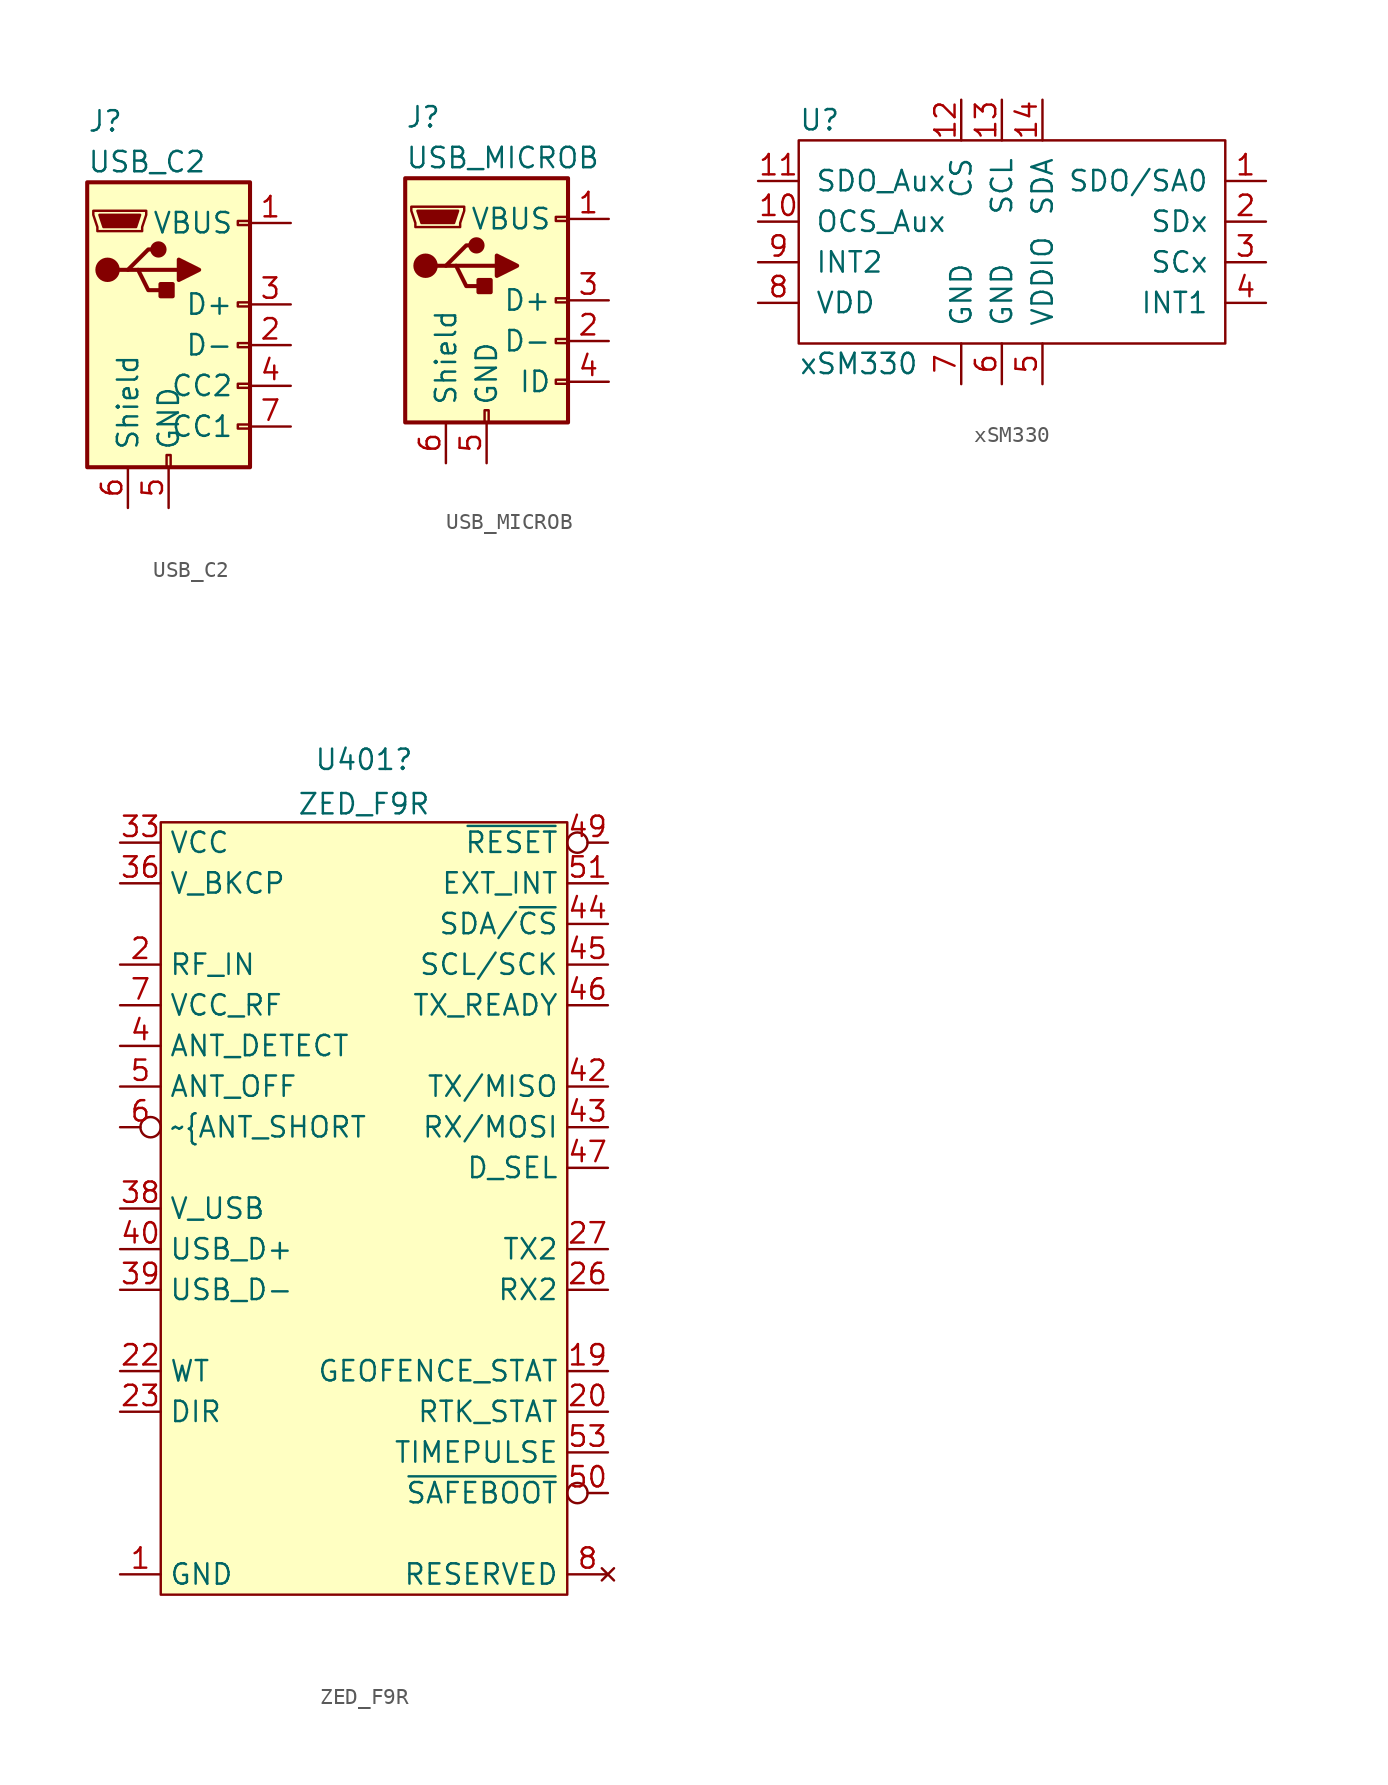
<source format=kicad_sym>
(kicad_symbol_lib
  (version 20211014)
  (generator kicad_symbol_editor)
  (symbol "USB_C2"
    (pin_names
      (offset 1.016))
    (property "Reference" "J"
      (at -5.08 11.43 0)
      (effects (font (size 1.27 1.27)) (justify left)))
    (property "Value" "USB_C2"
      (at -5.08 8.89 0)
      (effects (font (size 1.27 1.27)) (justify left)))
    (symbol "USB_C2_0_1"
      (rectangle (start -5.08 -10.16) (end 5.08 7.62) (stroke (width 0.254) (type default) (color 0 0 0 0)) (fill (type background)))
      (circle (center -3.81 2.159) (radius 0.635) (stroke (width 0.254) (type default) (color 0 0 0 0)) (fill (type outline)))
      (circle (center -0.635 3.429) (radius 0.381) (stroke (width 0.254) (type default) (color 0 0 0 0)) (fill (type outline)))
      (rectangle (start -0.127 -10.16) (end 0.127 -9.398) (stroke (width 0) (type default) (color 0 0 0 0)) (fill (type none)))
      (polyline (pts (xy -1.905 2.159) (xy 0.635 2.159)) (stroke (width 0.254) (type default) (color 0 0 0 0)) (fill (type none)))
      (polyline (pts (xy -3.175 2.159) (xy -2.54 2.159) (xy -1.27 3.429) (xy -0.635 3.429)) (stroke (width 0.254) (type default) (color 0 0 0 0)) (fill (type none)))
      (polyline (pts (xy -2.54 2.159) (xy -1.905 2.159) (xy -1.27 0.889) (xy 0 0.889)) (stroke (width 0.254) (type default) (color 0 0 0 0)) (fill (type none)))
      (polyline (pts (xy 0.635 2.794) (xy 0.635 1.524) (xy 1.905 2.159) (xy 0.635 2.794)) (stroke (width 0.254) (type default) (color 0 0 0 0)) (fill (type outline)))
      (polyline (pts (xy -4.318 5.588) (xy -1.778 5.588) (xy -2.032 4.826) (xy -4.064 4.826) (xy -4.318 5.588)) (stroke (width 0) (type default) (color 0 0 0 0)) (fill (type outline)))
      (polyline (pts (xy -4.699 5.842) (xy -4.699 5.588) (xy -4.445 4.826) (xy -4.445 4.572) (xy -1.651 4.572) (xy -1.651 4.826) (xy -1.397 5.588) (xy -1.397 5.842) (xy -4.699 5.842)) (stroke (width 0) (type default) (color 0 0 0 0)) (fill (type none)))
      (rectangle (start 0.254 1.27) (end -0.508 0.508) (stroke (width 0.254) (type default) (color 0 0 0 0)) (fill (type outline)))
      (rectangle (start 4.318 -7.493) (end 5.08 -7.747) (stroke (width 0) (type default) (color 0 0 0 0)) (fill (type none)))
      (rectangle (start 5.08 -5.207) (end 4.318 -4.953) (stroke (width 0) (type default) (color 0 0 0 0)) (fill (type none)))
      (rectangle (start 5.08 -2.667) (end 4.318 -2.413) (stroke (width 0) (type default) (color 0 0 0 0)) (fill (type none)))
      (rectangle (start 5.08 -0.127) (end 4.318 0.127) (stroke (width 0) (type default) (color 0 0 0 0)) (fill (type none)))
      (rectangle (start 5.08 4.953) (end 4.318 5.207) (stroke (width 0) (type default) (color 0 0 0 0)) (fill (type none))))
    (symbol "USB_C2_1_1"
      (pin power_out line (at 7.62 5.08 180) (length 2.54) (name "VBUS" (effects (font (size 1.27 1.27)))) (number "1" (effects (font (size 1.27 1.27)))))
      (pin passive line (at 7.62 -2.54 180) (length 2.54) (name "D-" (effects (font (size 1.27 1.27)))) (number "2" (effects (font (size 1.27 1.27)))))
      (pin passive line (at 7.62 0 180) (length 2.54) (name "D+" (effects (font (size 1.27 1.27)))) (number "3" (effects (font (size 1.27 1.27)))))
      (pin passive line (at 7.62 -5.08 180) (length 2.54) (name "CC2" (effects (font (size 1.27 1.27)))) (number "4" (effects (font (size 1.27 1.27)))))
      (pin power_out line (at 0 -12.7 90) (length 2.54) (name "GND" (effects (font (size 1.27 1.27)))) (number "5" (effects (font (size 1.27 1.27)))))
      (pin passive line (at -2.54 -12.7 90) (length 2.54) (name "Shield" (effects (font (size 1.27 1.27)))) (number "6" (effects (font (size 1.27 1.27)))))
      (pin passive line (at 7.62 -7.62 180) (length 2.54) (name "CC1" (effects (font (size 1.27 1.27)))) (number "7" (effects (font (size 1.27 1.27)))))))
  (symbol "USB_MICROB"
    (pin_names
      (offset 1.016))
    (property "Reference" "J"
      (at -5.08 11.43 0)
      (effects (font (size 1.27 1.27)) (justify left)))
    (property "Value" "USB_MICROB"
      (at -5.08 8.89 0)
      (effects (font (size 1.27 1.27)) (justify left)))
    (symbol "USB_MICROB_0_1"
      (rectangle (start -5.08 -7.62) (end 5.08 7.62) (stroke (width 0.254) (type default) (color 0 0 0 0)) (fill (type background)))
      (circle (center -3.81 2.159) (radius 0.635) (stroke (width 0.254) (type default) (color 0 0 0 0)) (fill (type outline)))
      (circle (center -0.635 3.429) (radius 0.381) (stroke (width 0.254) (type default) (color 0 0 0 0)) (fill (type outline)))
      (rectangle (start -0.127 -7.62) (end 0.127 -6.858) (stroke (width 0) (type default) (color 0 0 0 0)) (fill (type none)))
      (polyline (pts (xy -1.905 2.159) (xy 0.635 2.159)) (stroke (width 0.254) (type default) (color 0 0 0 0)) (fill (type none)))
      (polyline (pts (xy -3.175 2.159) (xy -2.54 2.159) (xy -1.27 3.429) (xy -0.635 3.429)) (stroke (width 0.254) (type default) (color 0 0 0 0)) (fill (type none)))
      (polyline (pts (xy -2.54 2.159) (xy -1.905 2.159) (xy -1.27 0.889) (xy 0 0.889)) (stroke (width 0.254) (type default) (color 0 0 0 0)) (fill (type none)))
      (polyline (pts (xy 0.635 2.794) (xy 0.635 1.524) (xy 1.905 2.159) (xy 0.635 2.794)) (stroke (width 0.254) (type default) (color 0 0 0 0)) (fill (type outline)))
      (polyline (pts (xy -4.318 5.588) (xy -1.778 5.588) (xy -2.032 4.826) (xy -4.064 4.826) (xy -4.318 5.588)) (stroke (width 0) (type default) (color 0 0 0 0)) (fill (type outline)))
      (polyline (pts (xy -4.699 5.842) (xy -4.699 5.588) (xy -4.445 4.826) (xy -4.445 4.572) (xy -1.651 4.572) (xy -1.651 4.826) (xy -1.397 5.588) (xy -1.397 5.842) (xy -4.699 5.842)) (stroke (width 0) (type default) (color 0 0 0 0)) (fill (type none)))
      (rectangle (start 0.254 1.27) (end -0.508 0.508) (stroke (width 0.254) (type default) (color 0 0 0 0)) (fill (type outline)))
      (rectangle (start 5.08 -5.207) (end 4.318 -4.953) (stroke (width 0) (type default) (color 0 0 0 0)) (fill (type none)))
      (rectangle (start 5.08 -2.667) (end 4.318 -2.413) (stroke (width 0) (type default) (color 0 0 0 0)) (fill (type none)))
      (rectangle (start 5.08 -0.127) (end 4.318 0.127) (stroke (width 0) (type default) (color 0 0 0 0)) (fill (type none)))
      (rectangle (start 5.08 4.953) (end 4.318 5.207) (stroke (width 0) (type default) (color 0 0 0 0)) (fill (type none))))
    (symbol "USB_MICROB_1_1"
      (pin power_out line (at 7.62 5.08 180) (length 2.54) (name "VBUS" (effects (font (size 1.27 1.27)))) (number "1" (effects (font (size 1.27 1.27)))))
      (pin passive line (at 7.62 -2.54 180) (length 2.54) (name "D-" (effects (font (size 1.27 1.27)))) (number "2" (effects (font (size 1.27 1.27)))))
      (pin passive line (at 7.62 0 180) (length 2.54) (name "D+" (effects (font (size 1.27 1.27)))) (number "3" (effects (font (size 1.27 1.27)))))
      (pin passive line (at 7.62 -5.08 180) (length 2.54) (name "ID" (effects (font (size 1.27 1.27)))) (number "4" (effects (font (size 1.27 1.27)))))
      (pin power_out line (at 0 -10.16 90) (length 2.54) (name "GND" (effects (font (size 1.27 1.27)))) (number "5" (effects (font (size 1.27 1.27)))))
      (pin passive line (at -2.54 -10.16 90) (length 2.54) (name "Shield" (effects (font (size 1.27 1.27)))) (number "6" (effects (font (size 1.27 1.27)))))))
  (symbol "xSM330"
    (pin_names
      (offset 1.016))
    (property "Reference" "U"
      (at -12.7 6.35 0)
      (effects (font (size 1.27 1.27)) (justify left)))
    (property "Value" "xSM330"
      (at -12.7 -8.89 0)
      (effects (font (size 1.27 1.27)) (justify left)))
    (symbol "xSM330_0_0"
      (rectangle (start -12.7 5.08) (end 13.97 -7.62) (stroke (width 0) (type default) (color 0 0 0 0)) (fill (type none))))
    (symbol "xSM330_1_1"
      (pin bidirectional line (at 16.51 2.54 180) (length 2.54) (name "SDO/SA0" (effects (font (size 1.27 1.27)))) (number "1" (effects (font (size 1.27 1.27)))))
      (pin output line (at -15.24 0 0) (length 2.54) (name "OCS_Aux" (effects (font (size 1.27 1.27)))) (number "10" (effects (font (size 1.27 1.27)))))
      (pin output line (at -15.24 2.54 0) (length 2.54) (name "SDO_Aux" (effects (font (size 1.27 1.27)))) (number "11" (effects (font (size 1.27 1.27)))))
      (pin input line (at -2.54 7.62 270) (length 2.54) (name "CS" (effects (font (size 1.27 1.27)))) (number "12" (effects (font (size 1.27 1.27)))))
      (pin open_collector line (at 0 7.62 270) (length 2.54) (name "SCL" (effects (font (size 1.27 1.27)))) (number "13" (effects (font (size 1.27 1.27)))))
      (pin open_collector line (at 2.54 7.62 270) (length 2.54) (name "SDA" (effects (font (size 1.27 1.27)))) (number "14" (effects (font (size 1.27 1.27)))))
      (pin bidirectional line (at 16.51 0 180) (length 2.54) (name "SDx" (effects (font (size 1.27 1.27)))) (number "2" (effects (font (size 1.27 1.27)))))
      (pin bidirectional line (at 16.51 -2.54 180) (length 2.54) (name "SCx" (effects (font (size 1.27 1.27)))) (number "3" (effects (font (size 1.27 1.27)))))
      (pin output line (at 16.51 -5.08 180) (length 2.54) (name "INT1" (effects (font (size 1.27 1.27)))) (number "4" (effects (font (size 1.27 1.27)))))
      (pin power_in line (at 2.54 -10.16 90) (length 2.54) (name "VDDIO" (effects (font (size 1.27 1.27)))) (number "5" (effects (font (size 1.27 1.27)))))
      (pin power_in line (at 0 -10.16 90) (length 2.54) (name "GND" (effects (font (size 1.27 1.27)))) (number "6" (effects (font (size 1.27 1.27)))))
      (pin power_in line (at -2.54 -10.16 90) (length 2.54) (name "GND" (effects (font (size 1.27 1.27)))) (number "7" (effects (font (size 1.27 1.27)))))
      (pin power_in line (at -15.24 -5.08 0) (length 2.54) (name "VDD" (effects (font (size 1.27 1.27)))) (number "8" (effects (font (size 1.27 1.27)))))
      (pin output line (at -15.24 -2.54 0) (length 2.54) (name "INT2" (effects (font (size 1.27 1.27)))) (number "9" (effects (font (size 1.27 1.27)))))))
  (symbol "ZED_F9R"
    (property "Reference" "U401"
      (at 0 17.886 0)
      (effects (font (size 1.27 1.27))))
    (property "Value" "ZED_F9R"
      (at 0 15.111 0)
      (effects (font (size 1.27 1.27))))
    (symbol "ZED_F9R_0_1"
      (rectangle (start -12.7 13.97) (end 12.7 -34.29) (stroke (width 0.152) (type default) (color 0 0 0 0)) (fill (type background))))
    (symbol "ZED_F9R_1_1"
      (pin passive line (at -15.24 -33.02 0) (length 2.54) (name "GND" (effects (font (size 1.27 1.27)))) (number "1" (effects (font (size 1.27 1.27)))))
      (pin no_connect line (at 15.24 -33.02 180) (length 2.54) hide (name "RESERVED" (effects (font (size 1.27 1.27)))) (number "10" (effects (font (size 1.27 1.27)))))
      (pin no_connect line (at 15.24 -33.02 180) (length 2.54) hide (name "RESERVED" (effects (font (size 1.27 1.27)))) (number "11" (effects (font (size 1.27 1.27)))))
      (pin passive line (at -15.24 -33.02 0) (length 2.54) hide (name "GND" (effects (font (size 1.27 1.27)))) (number "12" (effects (font (size 1.27 1.27)))))
      (pin no_connect line (at 15.24 -33.02 180) (length 2.54) hide (name "RESERVED" (effects (font (size 1.27 1.27)))) (number "13" (effects (font (size 1.27 1.27)))))
      (pin passive line (at -15.24 -33.02 0) (length 2.54) hide (name "GND" (effects (font (size 1.27 1.27)))) (number "14" (effects (font (size 1.27 1.27)))))
      (pin no_connect line (at 15.24 -33.02 180) (length 2.54) hide (name "RESERVED" (effects (font (size 1.27 1.27)))) (number "15" (effects (font (size 1.27 1.27)))))
      (pin no_connect line (at 15.24 -33.02 180) (length 2.54) hide (name "RESERVED" (effects (font (size 1.27 1.27)))) (number "16" (effects (font (size 1.27 1.27)))))
      (pin no_connect line (at 15.24 -33.02 180) (length 2.54) hide (name "RESERVED" (effects (font (size 1.27 1.27)))) (number "17" (effects (font (size 1.27 1.27)))))
      (pin no_connect line (at 15.24 -33.02 180) (length 2.54) hide (name "RESERVED" (effects (font (size 1.27 1.27)))) (number "18" (effects (font (size 1.27 1.27)))))
      (pin output line (at 15.24 -20.32 180) (length 2.54) (name "GEOFENCE_STAT" (effects (font (size 1.27 1.27)))) (number "19" (effects (font (size 1.27 1.27)))))
      (pin input line (at -15.24 5.08 0) (length 2.54) (name "RF_IN" (effects (font (size 1.27 1.27)))) (number "2" (effects (font (size 1.27 1.27)))))
      (pin output line (at 15.24 -22.86 180) (length 2.54) (name "RTK_STAT" (effects (font (size 1.27 1.27)))) (number "20" (effects (font (size 1.27 1.27)))))
      (pin no_connect line (at 15.24 -33.02 180) (length 2.54) hide (name "RESERVED" (effects (font (size 1.27 1.27)))) (number "21" (effects (font (size 1.27 1.27)))))
      (pin input line (at -15.24 -20.32 0) (length 2.54) (name "WT" (effects (font (size 1.27 1.27)))) (number "22" (effects (font (size 1.27 1.27)))))
      (pin input line (at -15.24 -22.86 0) (length 2.54) (name "DIR" (effects (font (size 1.27 1.27)))) (number "23" (effects (font (size 1.27 1.27)))))
      (pin no_connect line (at 15.24 -33.02 180) (length 2.54) hide (name "RESERVED" (effects (font (size 1.27 1.27)))) (number "24" (effects (font (size 1.27 1.27)))))
      (pin no_connect line (at 15.24 -33.02 180) (length 2.54) hide (name "RESERVED" (effects (font (size 1.27 1.27)))) (number "25" (effects (font (size 1.27 1.27)))))
      (pin input line (at 15.24 -15.24 180) (length 2.54) (name "RX2" (effects (font (size 1.27 1.27)))) (number "26" (effects (font (size 1.27 1.27)))))
      (pin output line (at 15.24 -12.7 180) (length 2.54) (name "TX2" (effects (font (size 1.27 1.27)))) (number "27" (effects (font (size 1.27 1.27)))))
      (pin no_connect line (at 15.24 -33.02 180) (length 2.54) hide (name "RESERVED" (effects (font (size 1.27 1.27)))) (number "28" (effects (font (size 1.27 1.27)))))
      (pin no_connect line (at 15.24 -33.02 180) (length 2.54) hide (name "RESERVED" (effects (font (size 1.27 1.27)))) (number "29" (effects (font (size 1.27 1.27)))))
      (pin passive line (at -15.24 -33.02 0) (length 2.54) hide (name "GND" (effects (font (size 1.27 1.27)))) (number "3" (effects (font (size 1.27 1.27)))))
      (pin no_connect line (at 15.24 -33.02 180) (length 2.54) hide (name "RESERVED" (effects (font (size 1.27 1.27)))) (number "30" (effects (font (size 1.27 1.27)))))
      (pin no_connect line (at 15.24 -33.02 180) (length 2.54) hide (name "RESERVED" (effects (font (size 1.27 1.27)))) (number "31" (effects (font (size 1.27 1.27)))))
      (pin passive line (at -15.24 -33.02 0) (length 2.54) hide (name "GND" (effects (font (size 1.27 1.27)))) (number "32" (effects (font (size 1.27 1.27)))))
      (pin passive line (at -15.24 12.7 0) (length 2.54) (name "VCC" (effects (font (size 1.27 1.27)))) (number "33" (effects (font (size 1.27 1.27)))))
      (pin passive line (at -15.24 12.7 0) (length 2.54) hide (name "VCC" (effects (font (size 1.27 1.27)))) (number "34" (effects (font (size 1.27 1.27)))))
      (pin no_connect line (at 15.24 -33.02 180) (length 2.54) hide (name "RESERVED" (effects (font (size 1.27 1.27)))) (number "35" (effects (font (size 1.27 1.27)))))
      (pin passive line (at -15.24 10.16 0) (length 2.54) (name "V_BKCP" (effects (font (size 1.27 1.27)))) (number "36" (effects (font (size 1.27 1.27)))))
      (pin passive line (at -15.24 -33.02 0) (length 2.54) hide (name "GND" (effects (font (size 1.27 1.27)))) (number "37" (effects (font (size 1.27 1.27)))))
      (pin input line (at -15.24 -10.16 0) (length 2.54) (name "V_USB" (effects (font (size 1.27 1.27)))) (number "38" (effects (font (size 1.27 1.27)))))
      (pin bidirectional line (at -15.24 -15.24 0) (length 2.54) (name "USB_D-" (effects (font (size 1.27 1.27)))) (number "39" (effects (font (size 1.27 1.27)))))
      (pin input line (at -15.24 0 0) (length 2.54) (name "ANT_DETECT" (effects (font (size 1.27 1.27)))) (number "4" (effects (font (size 1.27 1.27)))))
      (pin bidirectional line (at -15.24 -12.7 0) (length 2.54) (name "USB_D+" (effects (font (size 1.27 1.27)))) (number "40" (effects (font (size 1.27 1.27)))))
      (pin passive line (at -15.24 -33.02 0) (length 2.54) hide (name "GND" (effects (font (size 1.27 1.27)))) (number "41" (effects (font (size 1.27 1.27)))))
      (pin output line (at 15.24 -2.54 180) (length 2.54) (name "TX/MISO" (effects (font (size 1.27 1.27)))) (number "42" (effects (font (size 1.27 1.27)))))
      (pin input line (at 15.24 -5.08 180) (length 2.54) (name "RX/MOSI" (effects (font (size 1.27 1.27)))) (number "43" (effects (font (size 1.27 1.27)))))
      (pin bidirectional line (at 15.24 7.62 180) (length 2.54) (name "SDA/~{CS}" (effects (font (size 1.27 1.27)))) (number "44" (effects (font (size 1.27 1.27)))))
      (pin bidirectional line (at 15.24 5.08 180) (length 2.54) (name "SCL/SCK" (effects (font (size 1.27 1.27)))) (number "45" (effects (font (size 1.27 1.27)))))
      (pin output line (at 15.24 2.54 180) (length 2.54) (name "TX_READY" (effects (font (size 1.27 1.27)))) (number "46" (effects (font (size 1.27 1.27)))))
      (pin input line (at 15.24 -7.62 180) (length 2.54) (name "D_SEL" (effects (font (size 1.27 1.27)))) (number "47" (effects (font (size 1.27 1.27)))))
      (pin passive line (at -15.24 -33.02 0) (length 2.54) hide (name "GND" (effects (font (size 1.27 1.27)))) (number "48" (effects (font (size 1.27 1.27)))))
      (pin input inverted (at 15.24 12.7 180) (length 2.54) (name "~{RESET}" (effects (font (size 1.27 1.27)))) (number "49" (effects (font (size 1.27 1.27)))))
      (pin output line (at -15.24 -2.54 0) (length 2.54) (name "ANT_OFF" (effects (font (size 1.27 1.27)))) (number "5" (effects (font (size 1.27 1.27)))))
      (pin input inverted (at 15.24 -27.94 180) (length 2.54) (name "~{SAFEBOOT}" (effects (font (size 1.27 1.27)))) (number "50" (effects (font (size 1.27 1.27)))))
      (pin input line (at 15.24 10.16 180) (length 2.54) (name "EXT_INT" (effects (font (size 1.27 1.27)))) (number "51" (effects (font (size 1.27 1.27)))))
      (pin no_connect line (at 15.24 -33.02 180) (length 2.54) hide (name "RESERVED" (effects (font (size 1.27 1.27)))) (number "52" (effects (font (size 1.27 1.27)))))
      (pin output line (at 15.24 -25.4 180) (length 2.54) (name "TIMEPULSE" (effects (font (size 1.27 1.27)))) (number "53" (effects (font (size 1.27 1.27)))))
      (pin no_connect line (at 15.24 -33.02 180) (length 2.54) hide (name "RESERVED" (effects (font (size 1.27 1.27)))) (number "54" (effects (font (size 1.27 1.27)))) (alternate "stuff" power_in line))
      (pin input inverted (at -15.24 -5.08 0) (length 2.54) (name "~{ANT_SHORT" (effects (font (size 1.27 1.27)))) (number "6" (effects (font (size 1.27 1.27)))))
      (pin output line (at -15.24 2.54 0) (length 2.54) (name "VCC_RF" (effects (font (size 1.27 1.27)))) (number "7" (effects (font (size 1.27 1.27)))))
      (pin no_connect line (at 15.24 -33.02 180) (length 2.54) (name "RESERVED" (effects (font (size 1.27 1.27)))) (number "8" (effects (font (size 1.27 1.27)))))
      (pin no_connect line (at 15.24 -33.02 180) (length 2.54) hide (name "RESERVED" (effects (font (size 1.27 1.27)))) (number "9" (effects (font (size 1.27 1.27)))))
      (pin passive line (at -15.24 -33.02 0) (length 2.54) hide (name "GND" (effects (font (size 1.27 1.27)))) (number "PAD" (effects (font (size 1.27 1.27))))))))
</source>
